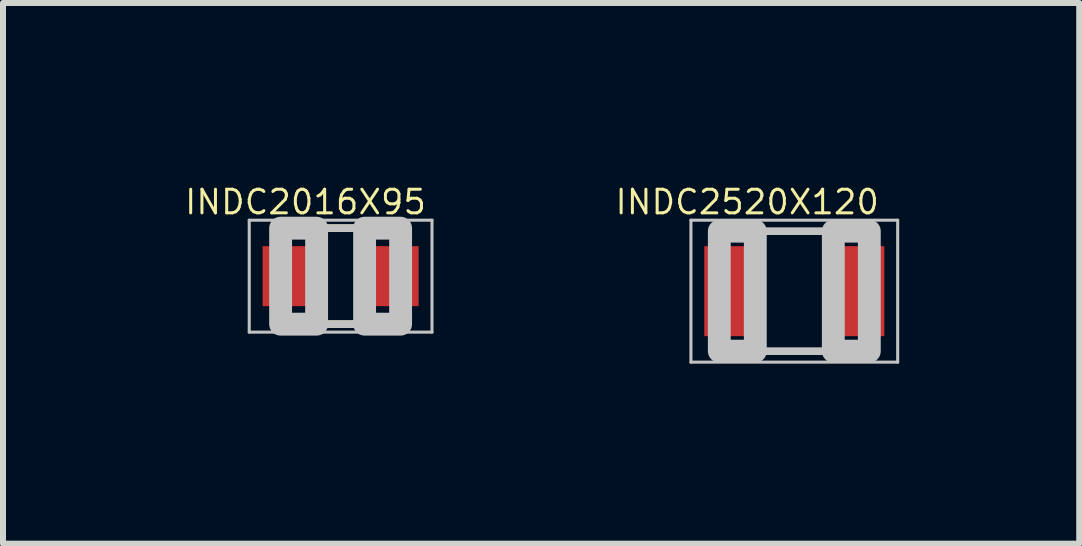
<source format=kicad_pcb>
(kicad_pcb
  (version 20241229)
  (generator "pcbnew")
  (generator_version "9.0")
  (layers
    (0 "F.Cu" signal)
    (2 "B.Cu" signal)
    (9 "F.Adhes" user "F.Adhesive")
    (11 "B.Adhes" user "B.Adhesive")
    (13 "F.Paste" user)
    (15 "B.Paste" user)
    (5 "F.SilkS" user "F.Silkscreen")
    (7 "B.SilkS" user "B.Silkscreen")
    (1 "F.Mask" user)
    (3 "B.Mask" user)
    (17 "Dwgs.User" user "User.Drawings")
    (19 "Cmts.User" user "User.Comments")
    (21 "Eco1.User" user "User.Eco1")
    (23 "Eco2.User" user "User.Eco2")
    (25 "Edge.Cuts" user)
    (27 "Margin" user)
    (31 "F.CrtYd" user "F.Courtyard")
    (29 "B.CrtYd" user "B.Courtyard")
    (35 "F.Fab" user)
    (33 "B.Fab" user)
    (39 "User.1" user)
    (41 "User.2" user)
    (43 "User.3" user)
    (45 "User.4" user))
  (footprint "INDC2016X95"
    (layer "F.Cu")
    (at 2.627 1.553)
    (property "Reference" "INDC2016X95" (at -0.585 -1.235 0) (layer "F.SilkS") (effects (font (size 0.394 0.394) (thickness 0.05))))
    (attr smd)
    (fp_line (start -1 -0.8) (end -1 -0.7) (stroke (width 0.127) (type solid)) (layer "F.SilkS"))
    (fp_line (start -1 -0.8) (end 1 -0.8) (stroke (width 0.127) (type solid)) (layer "F.SilkS"))
    (fp_line (start -1 0.8) (end -1 0.7) (stroke (width 0.127) (type solid)) (layer "F.SilkS"))
    (fp_line (start -1 0.8) (end 1 0.8) (stroke (width 0.127) (type solid)) (layer "F.SilkS"))
    (fp_line (start 1 -0.8) (end 1 -0.7) (stroke (width 0.127) (type solid)) (layer "F.SilkS"))
    (fp_line (start 1 0.8) (end 1 0.7) (stroke (width 0.127) (type solid)) (layer "F.SilkS"))
    (fp_line (start -1.523 -0.933) (end 1.523 -0.933) (stroke (width 0.051) (type solid)) (layer "Dwgs.User"))
    (fp_line (start -1.523 0.933) (end -1.523 -0.933) (stroke (width 0.051) (type solid)) (layer "Dwgs.User"))
    (fp_line (start -1 -0.8) (end 1 -0.8) (stroke (width 0.127) (type solid)) (layer "Dwgs.User"))
    (fp_line (start -1 0.8) (end -1 -0.8) (stroke (width 0.127) (type solid)) (layer "Dwgs.User"))
    (fp_line (start 1 -0.8) (end 1 0.8) (stroke (width 0.127) (type solid)) (layer "Dwgs.User"))
    (fp_line (start 1 0.8) (end -1 0.8) (stroke (width 0.127) (type solid)) (layer "Dwgs.User"))
    (fp_line (start 1.523 -0.933) (end 1.523 0.933) (stroke (width 0.051) (type solid)) (layer "Dwgs.User"))
    (fp_line (start 1.523 0.933) (end -1.523 0.933) (stroke (width 0.051) (type solid)) (layer "Dwgs.User"))
    (fp_poly (pts (xy -1 -0.8) (xy -0.4 -0.8) (xy -0.4 0.8) (xy -1 0.8)) (stroke (width 0.381) (type solid)) (fill no) (layer "Dwgs.User"))
    (fp_poly (pts (xy 0.4 -0.8) (xy 1 -0.8) (xy 1 0.8) (xy 0.4 0.8)) (stroke (width 0.381) (type solid)) (fill no) (layer "Dwgs.User"))
    (pad "1" smd rect (at -0.85 0) (size 0.9 1) (layers "F.Cu" "F.Mask" "F.Paste"))
    (pad "2" smd rect (at 0.85 0) (size 0.9 1) (layers "F.Cu" "F.Mask" "F.Paste")))
  (footprint "INDC2520X120"
    (layer "F.Cu")
    (at 10.189 1.803)
    (property "Reference" "INDC2520X120" (at -0.785 -1.485 0) (layer "F.SilkS") (effects (font (size 0.394 0.394) (thickness 0.05))))
    (attr smd)
    (fp_line (start -1.723 -1.183) (end 1.723 -1.183) (stroke (width 0.051) (type solid)) (layer "Dwgs.User"))
    (fp_line (start -1.723 1.183) (end -1.723 -1.183) (stroke (width 0.051) (type solid)) (layer "Dwgs.User"))
    (fp_line (start -1.25 -1) (end 1.25 -1) (stroke (width 0.127) (type solid)) (layer "Dwgs.User"))
    (fp_line (start -1.25 1) (end -1.25 -1) (stroke (width 0.127) (type solid)) (layer "Dwgs.User"))
    (fp_line (start 1.25 -1) (end 1.25 1) (stroke (width 0.127) (type solid)) (layer "Dwgs.User"))
    (fp_line (start 1.25 1) (end -1.25 1) (stroke (width 0.127) (type solid)) (layer "Dwgs.User"))
    (fp_line (start 1.723 -1.183) (end 1.723 1.183) (stroke (width 0.051) (type solid)) (layer "Dwgs.User"))
    (fp_line (start 1.723 1.183) (end -1.723 1.183) (stroke (width 0.051) (type solid)) (layer "Dwgs.User"))
    (fp_poly (pts (xy -1.25 -1) (xy -0.65 -1) (xy -0.65 1) (xy -1.25 1)) (stroke (width 0.381) (type solid)) (fill no) (layer "Dwgs.User"))
    (fp_poly (pts (xy 0.65 -1) (xy 1.25 -1) (xy 1.25 1) (xy 0.65 1)) (stroke (width 0.381) (type solid)) (fill no) (layer "Dwgs.User"))
    (pad "1" smd rect (at -1.15 0) (size 0.7 1.5) (layers "F.Cu" "F.Mask" "F.Paste"))
    (pad "2" smd rect (at 1.15 0) (size 0.7 1.5) (layers "F.Cu" "F.Mask" "F.Paste")))
  (gr_rect
    (start -3 -3)
    (end 14.938 6.011)
    (stroke (width 0.1) (type default))
    (fill no)
    (layer "Edge.Cuts")))
</source>
